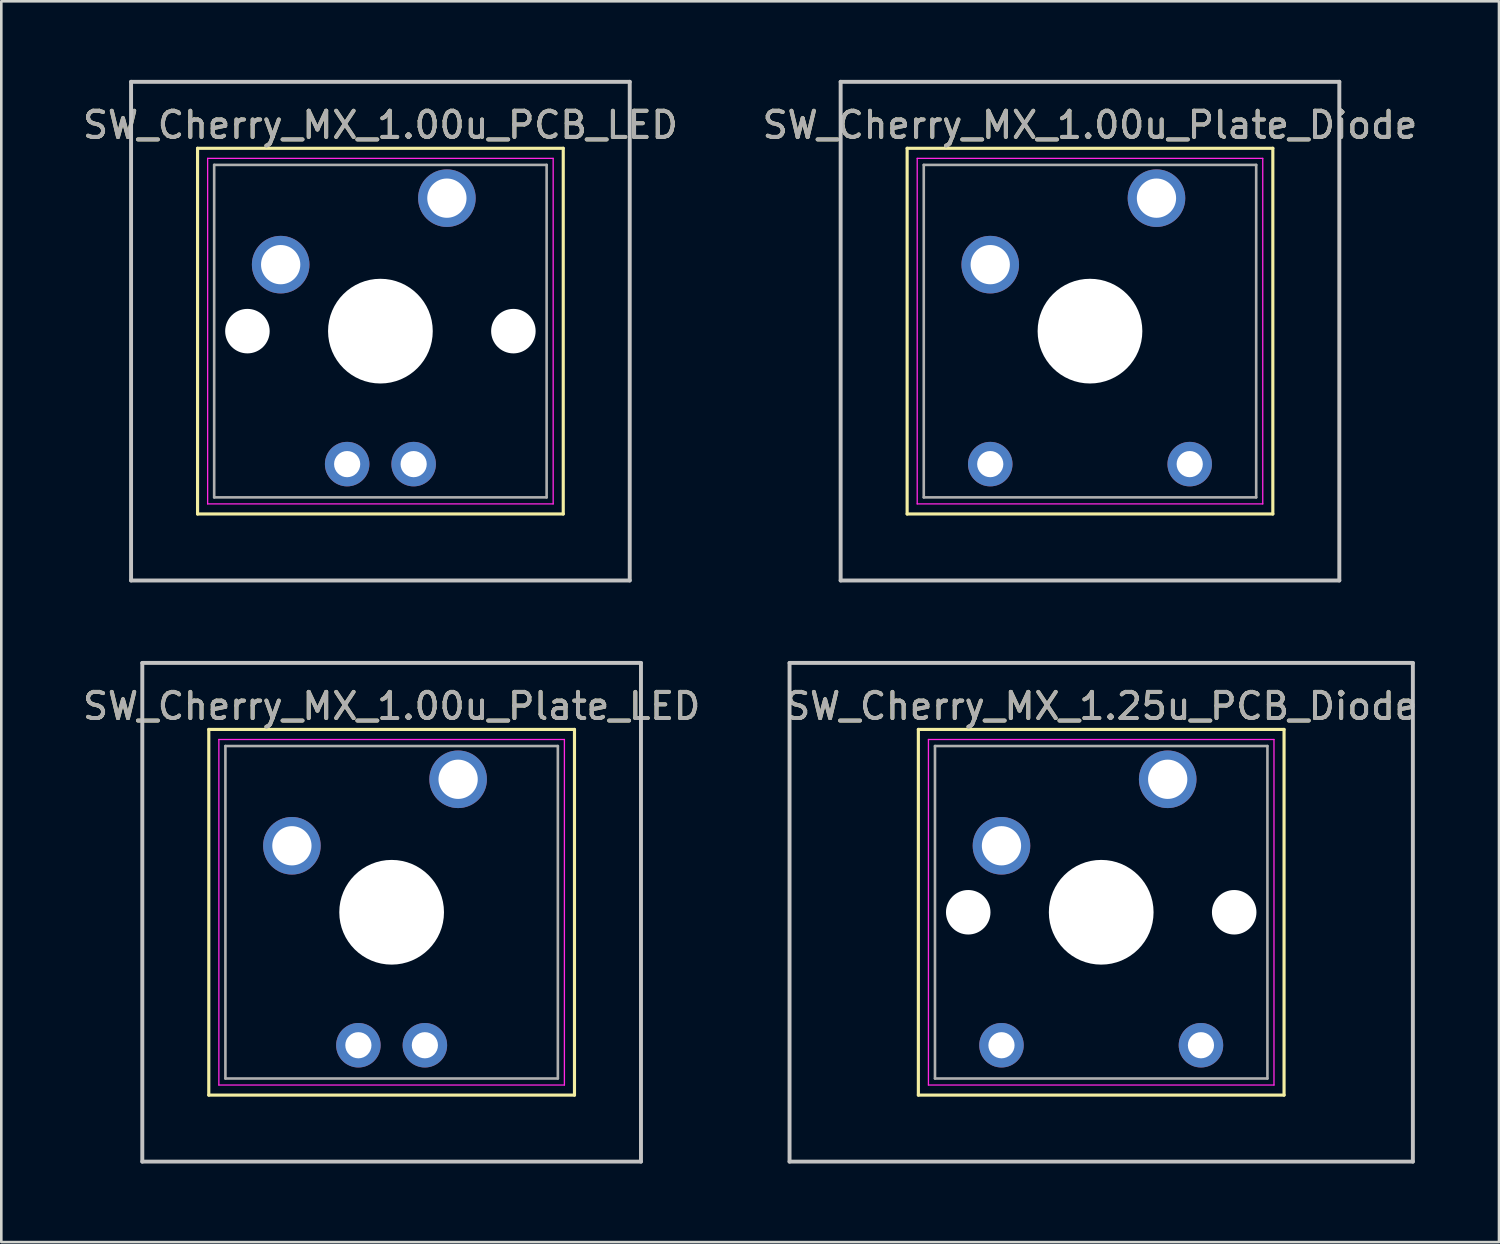
<source format=kicad_pcb>
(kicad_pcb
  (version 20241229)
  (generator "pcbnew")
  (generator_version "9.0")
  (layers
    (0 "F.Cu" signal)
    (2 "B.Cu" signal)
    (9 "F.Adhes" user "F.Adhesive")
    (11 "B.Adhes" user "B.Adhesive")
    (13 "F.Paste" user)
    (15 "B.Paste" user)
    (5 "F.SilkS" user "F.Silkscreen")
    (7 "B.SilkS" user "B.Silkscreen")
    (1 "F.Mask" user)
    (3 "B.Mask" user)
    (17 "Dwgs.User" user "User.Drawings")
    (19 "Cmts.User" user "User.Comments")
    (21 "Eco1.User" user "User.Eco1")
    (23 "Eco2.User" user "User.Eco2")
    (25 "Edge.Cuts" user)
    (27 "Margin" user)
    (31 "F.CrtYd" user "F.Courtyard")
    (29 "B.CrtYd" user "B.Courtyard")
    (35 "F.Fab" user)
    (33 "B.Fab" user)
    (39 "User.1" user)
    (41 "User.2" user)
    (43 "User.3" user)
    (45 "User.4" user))
  (footprint "SW_Cherry_MX_1.00u_Plate_Diode"
    (layer "F.Cu")
    (at 41.129 4.52)
    (property "Reference" "SW_Cherry_MX_1.00u_Plate_Diode" (at -2.54 -2.794 0) (layer "F.SilkS") (effects (font (size 1 1) (thickness 0.15))))
    (attr through_hole)
    (fp_line (start -9.525 -1.905) (end 4.445 -1.905) (stroke (width 0.12) (type solid)) (layer "F.SilkS"))
    (fp_line (start -9.525 12.065) (end -9.525 -1.905) (stroke (width 0.12) (type solid)) (layer "F.SilkS"))
    (fp_line (start 4.445 -1.905) (end 4.445 12.065) (stroke (width 0.12) (type solid)) (layer "F.SilkS"))
    (fp_line (start 4.445 12.065) (end -9.525 12.065) (stroke (width 0.12) (type solid)) (layer "F.SilkS"))
    (fp_line (start -12.065 -4.445) (end 6.985 -4.445) (stroke (width 0.15) (type solid)) (layer "Dwgs.User"))
    (fp_line (start -12.065 14.605) (end -12.065 -4.445) (stroke (width 0.15) (type solid)) (layer "Dwgs.User"))
    (fp_line (start 6.985 -4.445) (end 6.985 14.605) (stroke (width 0.15) (type solid)) (layer "Dwgs.User"))
    (fp_line (start 6.985 14.605) (end -12.065 14.605) (stroke (width 0.15) (type solid)) (layer "Dwgs.User"))
    (fp_line (start -9.14 -1.52) (end 4.06 -1.52) (stroke (width 0.05) (type solid)) (layer "F.CrtYd"))
    (fp_line (start -9.14 11.68) (end -9.14 -1.52) (stroke (width 0.05) (type solid)) (layer "F.CrtYd"))
    (fp_line (start 4.06 -1.52) (end 4.06 11.68) (stroke (width 0.05) (type solid)) (layer "F.CrtYd"))
    (fp_line (start 4.06 11.68) (end -9.14 11.68) (stroke (width 0.05) (type solid)) (layer "F.CrtYd"))
    (fp_line (start -8.89 -1.27) (end 3.81 -1.27) (stroke (width 0.1) (type solid)) (layer "F.Fab"))
    (fp_line (start -8.89 11.43) (end -8.89 -1.27) (stroke (width 0.1) (type solid)) (layer "F.Fab"))
    (fp_line (start 3.81 -1.27) (end 3.81 11.43) (stroke (width 0.1) (type solid)) (layer "F.Fab"))
    (fp_line (start 3.81 11.43) (end -8.89 11.43) (stroke (width 0.1) (type solid)) (layer "F.Fab"))
    (fp_text user "${REFERENCE}" (at -2.54 -2.794 0) (layer "F.Fab") (effects (font (size 1 1) (thickness 0.15))))
    (pad "" np_thru_hole circle (at -2.54 5.08) (size 4 4) (drill 4) (layers "*.Cu" "*.Mask"))
    (pad "1" thru_hole circle (at 0 0) (size 2.2 2.2) (drill 1.5) (layers "*.Cu" "*.Mask"))
    (pad "2" thru_hole circle (at -6.35 2.54) (size 2.2 2.2) (drill 1.5) (layers "*.Cu" "*.Mask"))
    (pad "3" thru_hole circle (at 1.27 10.16) (size 1.7 1.7) (drill 1) (layers "*.Cu" "*.Mask"))
    (pad "4" thru_hole circle (at -6.35 10.16) (size 1.7 1.7) (drill 1) (layers "*.Cu" "*.Mask")))
  (footprint "SW_Cherry_MX_1.00u_Plate_LED"
    (layer "F.Cu")
    (at 14.451 26.72)
    (property "Reference" "SW_Cherry_MX_1.00u_Plate_LED" (at -2.54 -2.794 0) (layer "F.SilkS") (effects (font (size 1 1) (thickness 0.15))))
    (attr through_hole)
    (fp_line (start -9.525 -1.905) (end 4.445 -1.905) (stroke (width 0.12) (type solid)) (layer "F.SilkS"))
    (fp_line (start -9.525 12.065) (end -9.525 -1.905) (stroke (width 0.12) (type solid)) (layer "F.SilkS"))
    (fp_line (start 4.445 -1.905) (end 4.445 12.065) (stroke (width 0.12) (type solid)) (layer "F.SilkS"))
    (fp_line (start 4.445 12.065) (end -9.525 12.065) (stroke (width 0.12) (type solid)) (layer "F.SilkS"))
    (fp_line (start -12.065 -4.445) (end 6.985 -4.445) (stroke (width 0.15) (type solid)) (layer "Dwgs.User"))
    (fp_line (start -12.065 14.605) (end -12.065 -4.445) (stroke (width 0.15) (type solid)) (layer "Dwgs.User"))
    (fp_line (start 6.985 -4.445) (end 6.985 14.605) (stroke (width 0.15) (type solid)) (layer "Dwgs.User"))
    (fp_line (start 6.985 14.605) (end -12.065 14.605) (stroke (width 0.15) (type solid)) (layer "Dwgs.User"))
    (fp_line (start -9.14 -1.52) (end 4.06 -1.52) (stroke (width 0.05) (type solid)) (layer "F.CrtYd"))
    (fp_line (start -9.14 11.68) (end -9.14 -1.52) (stroke (width 0.05) (type solid)) (layer "F.CrtYd"))
    (fp_line (start 4.06 -1.52) (end 4.06 11.68) (stroke (width 0.05) (type solid)) (layer "F.CrtYd"))
    (fp_line (start 4.06 11.68) (end -9.14 11.68) (stroke (width 0.05) (type solid)) (layer "F.CrtYd"))
    (fp_line (start -8.89 -1.27) (end 3.81 -1.27) (stroke (width 0.1) (type solid)) (layer "F.Fab"))
    (fp_line (start -8.89 11.43) (end -8.89 -1.27) (stroke (width 0.1) (type solid)) (layer "F.Fab"))
    (fp_line (start 3.81 -1.27) (end 3.81 11.43) (stroke (width 0.1) (type solid)) (layer "F.Fab"))
    (fp_line (start 3.81 11.43) (end -8.89 11.43) (stroke (width 0.1) (type solid)) (layer "F.Fab"))
    (fp_text user "${REFERENCE}" (at -2.54 -2.794 0) (layer "F.Fab") (effects (font (size 1 1) (thickness 0.15))))
    (pad "" np_thru_hole circle (at -2.54 5.08) (size 4 4) (drill 4) (layers "*.Cu" "*.Mask"))
    (pad "1" thru_hole circle (at 0 0) (size 2.2 2.2) (drill 1.5) (layers "*.Cu" "*.Mask"))
    (pad "2" thru_hole circle (at -6.35 2.54) (size 2.2 2.2) (drill 1.5) (layers "*.Cu" "*.Mask"))
    (pad "3" thru_hole circle (at -1.27 10.16) (size 1.7 1.7) (drill 1) (layers "*.Cu" "*.Mask"))
    (pad "4" thru_hole circle (at -3.81 10.16) (size 1.7 1.7) (drill 1) (layers "*.Cu" "*.Mask")))
  (footprint "SW_Cherry_MX_1.25u_PCB_Diode"
    (layer "F.Cu")
    (at 41.558 26.72)
    (property "Reference" "SW_Cherry_MX_1.25u_PCB_Diode" (at -2.54 -2.794 0) (layer "F.SilkS") (effects (font (size 1 1) (thickness 0.15))))
    (attr through_hole)
    (fp_line (start -9.525 -1.905) (end 4.445 -1.905) (stroke (width 0.12) (type solid)) (layer "F.SilkS"))
    (fp_line (start -9.525 12.065) (end -9.525 -1.905) (stroke (width 0.12) (type solid)) (layer "F.SilkS"))
    (fp_line (start 4.445 -1.905) (end 4.445 12.065) (stroke (width 0.12) (type solid)) (layer "F.SilkS"))
    (fp_line (start 4.445 12.065) (end -9.525 12.065) (stroke (width 0.12) (type solid)) (layer "F.SilkS"))
    (fp_line (start -14.446 -4.445) (end 9.366 -4.445) (stroke (width 0.15) (type solid)) (layer "Dwgs.User"))
    (fp_line (start -14.446 14.605) (end -14.446 -4.445) (stroke (width 0.15) (type solid)) (layer "Dwgs.User"))
    (fp_line (start 9.366 -4.445) (end 9.366 14.605) (stroke (width 0.15) (type solid)) (layer "Dwgs.User"))
    (fp_line (start 9.366 14.605) (end -14.446 14.605) (stroke (width 0.15) (type solid)) (layer "Dwgs.User"))
    (fp_line (start -9.14 -1.52) (end 4.06 -1.52) (stroke (width 0.05) (type solid)) (layer "F.CrtYd"))
    (fp_line (start -9.14 11.68) (end -9.14 -1.52) (stroke (width 0.05) (type solid)) (layer "F.CrtYd"))
    (fp_line (start 4.06 -1.52) (end 4.06 11.68) (stroke (width 0.05) (type solid)) (layer "F.CrtYd"))
    (fp_line (start 4.06 11.68) (end -9.14 11.68) (stroke (width 0.05) (type solid)) (layer "F.CrtYd"))
    (fp_line (start -8.89 -1.27) (end 3.81 -1.27) (stroke (width 0.1) (type solid)) (layer "F.Fab"))
    (fp_line (start -8.89 11.43) (end -8.89 -1.27) (stroke (width 0.1) (type solid)) (layer "F.Fab"))
    (fp_line (start 3.81 -1.27) (end 3.81 11.43) (stroke (width 0.1) (type solid)) (layer "F.Fab"))
    (fp_line (start 3.81 11.43) (end -8.89 11.43) (stroke (width 0.1) (type solid)) (layer "F.Fab"))
    (fp_text user "${REFERENCE}" (at -2.54 -2.794 0) (layer "F.Fab") (effects (font (size 1 1) (thickness 0.15))))
    (pad "" np_thru_hole circle (at -7.62 5.08) (size 1.7 1.7) (drill 1.7) (layers "*.Cu" "*.Mask"))
    (pad "" np_thru_hole circle (at -2.54 5.08) (size 4 4) (drill 4) (layers "*.Cu" "*.Mask"))
    (pad "" np_thru_hole circle (at 2.54 5.08) (size 1.7 1.7) (drill 1.7) (layers "*.Cu" "*.Mask"))
    (pad "1" thru_hole circle (at 0 0) (size 2.2 2.2) (drill 1.5) (layers "*.Cu" "*.Mask"))
    (pad "2" thru_hole circle (at -6.35 2.54) (size 2.2 2.2) (drill 1.5) (layers "*.Cu" "*.Mask"))
    (pad "3" thru_hole circle (at 1.27 10.16) (size 1.7 1.7) (drill 1) (layers "*.Cu" "*.Mask"))
    (pad "4" thru_hole circle (at -6.35 10.16) (size 1.7 1.7) (drill 1) (layers "*.Cu" "*.Mask")))
  (footprint "SW_Cherry_MX_1.00u_PCB_LED"
    (layer "F.Cu")
    (at 14.022 4.52)
    (property "Reference" "SW_Cherry_MX_1.00u_PCB_LED" (at -2.54 -2.794 0) (layer "F.SilkS") (effects (font (size 1 1) (thickness 0.15))))
    (attr through_hole)
    (fp_line (start -9.525 -1.905) (end 4.445 -1.905) (stroke (width 0.12) (type solid)) (layer "F.SilkS"))
    (fp_line (start -9.525 12.065) (end -9.525 -1.905) (stroke (width 0.12) (type solid)) (layer "F.SilkS"))
    (fp_line (start 4.445 -1.905) (end 4.445 12.065) (stroke (width 0.12) (type solid)) (layer "F.SilkS"))
    (fp_line (start 4.445 12.065) (end -9.525 12.065) (stroke (width 0.12) (type solid)) (layer "F.SilkS"))
    (fp_line (start -12.065 -4.445) (end 6.985 -4.445) (stroke (width 0.15) (type solid)) (layer "Dwgs.User"))
    (fp_line (start -12.065 14.605) (end -12.065 -4.445) (stroke (width 0.15) (type solid)) (layer "Dwgs.User"))
    (fp_line (start 6.985 -4.445) (end 6.985 14.605) (stroke (width 0.15) (type solid)) (layer "Dwgs.User"))
    (fp_line (start 6.985 14.605) (end -12.065 14.605) (stroke (width 0.15) (type solid)) (layer "Dwgs.User"))
    (fp_line (start -9.14 -1.52) (end 4.06 -1.52) (stroke (width 0.05) (type solid)) (layer "F.CrtYd"))
    (fp_line (start -9.14 11.68) (end -9.14 -1.52) (stroke (width 0.05) (type solid)) (layer "F.CrtYd"))
    (fp_line (start 4.06 -1.52) (end 4.06 11.68) (stroke (width 0.05) (type solid)) (layer "F.CrtYd"))
    (fp_line (start 4.06 11.68) (end -9.14 11.68) (stroke (width 0.05) (type solid)) (layer "F.CrtYd"))
    (fp_line (start -8.89 -1.27) (end 3.81 -1.27) (stroke (width 0.1) (type solid)) (layer "F.Fab"))
    (fp_line (start -8.89 11.43) (end -8.89 -1.27) (stroke (width 0.1) (type solid)) (layer "F.Fab"))
    (fp_line (start 3.81 -1.27) (end 3.81 11.43) (stroke (width 0.1) (type solid)) (layer "F.Fab"))
    (fp_line (start 3.81 11.43) (end -8.89 11.43) (stroke (width 0.1) (type solid)) (layer "F.Fab"))
    (fp_text user "${REFERENCE}" (at -2.54 -2.794 0) (layer "F.Fab") (effects (font (size 1 1) (thickness 0.15))))
    (pad "" np_thru_hole circle (at -7.62 5.08) (size 1.7 1.7) (drill 1.7) (layers "*.Cu" "*.Mask"))
    (pad "" np_thru_hole circle (at -2.54 5.08) (size 4 4) (drill 4) (layers "*.Cu" "*.Mask"))
    (pad "" np_thru_hole circle (at 2.54 5.08) (size 1.7 1.7) (drill 1.7) (layers "*.Cu" "*.Mask"))
    (pad "1" thru_hole circle (at 0 0) (size 2.2 2.2) (drill 1.5) (layers "*.Cu" "*.Mask"))
    (pad "2" thru_hole circle (at -6.35 2.54) (size 2.2 2.2) (drill 1.5) (layers "*.Cu" "*.Mask"))
    (pad "3" thru_hole circle (at -1.27 10.16) (size 1.7 1.7) (drill 1) (layers "*.Cu" "*.Mask"))
    (pad "4" thru_hole circle (at -3.81 10.16) (size 1.7 1.7) (drill 1) (layers "*.Cu" "*.Mask")))
  (gr_rect
    (start -3 -3)
    (end 54.214 44.4)
    (stroke (width 0.1) (type default))
    (fill no)
    (layer "Edge.Cuts")))
</source>
